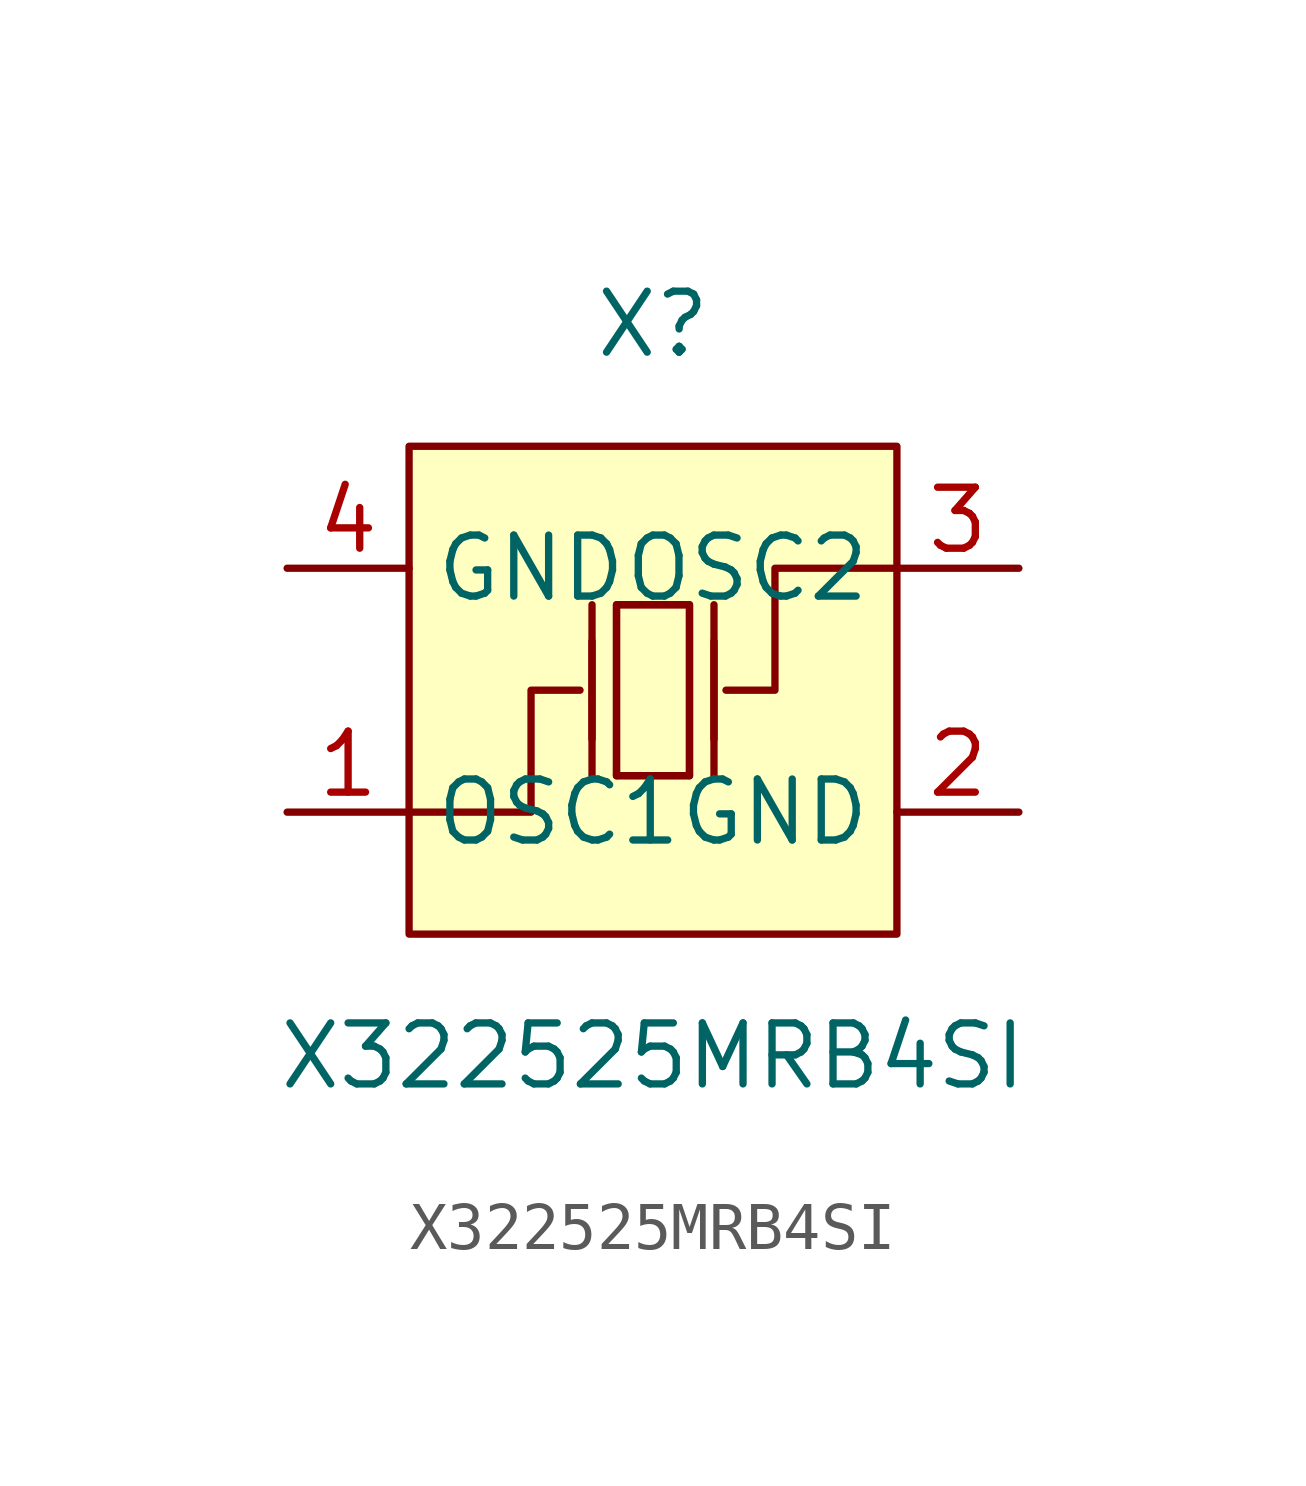
<source format=kicad_sym>
(kicad_symbol_lib
  (version 20211014)
  (generator https://github.com/uPesy/easyeda2kicad.py)
  (symbol "X322525MRB4SI"
    (property "Reference" "X"
      (at 0 7.62 0)
      (effects (font (size 1.27 1.27))))
    (property "Value" "X322525MRB4SI"
      (at 0 -7.62 0)
      (effects (font (size 1.27 1.27))))
    (symbol "X322525MRB4SI_0_1"
      (rectangle (start -5.08 5.08) (end 5.08 -5.08) (stroke (width 0) (type default) (color 0 0 0 0)) (fill (type background)))
      (polyline (pts (xy -1.27 -1.02) (xy -1.27 1.02)) (stroke (width 0) (type default) (color 0 0 0 0)) (fill (type none)))
      (polyline (pts (xy 0.76 -1.78) (xy -0.76 -1.78)) (stroke (width 0) (type default) (color 0 0 0 0)) (fill (type none)))
      (polyline (pts (xy 1.27 -1.02) (xy 1.27 1.02)) (stroke (width 0) (type default) (color 0 0 0 0)) (fill (type none)))
      (polyline (pts (xy -0.76 -1.78) (xy -0.76 1.78) (xy 0.76 1.78) (xy 0.76 -1.78)) (stroke (width 0) (type default) (color 0 0 0 0)) (fill (type none)))
      (polyline (pts (xy 5.08 2.54) (xy 2.54 2.54) (xy 2.54 -0.00) (xy 1.52 -0.00)) (stroke (width 0) (type default) (color 0 0 0 0)) (fill (type none)))
      (polyline (pts (xy -5.08 -2.54) (xy -2.54 -2.54) (xy -2.54 -0.00) (xy -1.52 -0.00)) (stroke (width 0) (type default) (color 0 0 0 0)) (fill (type none)))
      (polyline (pts (xy 1.27 -1.78) (xy 1.27 1.78)) (stroke (width 0) (type default) (color 0 0 0 0)) (fill (type none)))
      (polyline (pts (xy -1.27 -1.78) (xy -1.27 1.78)) (stroke (width 0) (type default) (color 0 0 0 0)) (fill (type none)))
      (polyline (pts (xy 0.76 1.78) (xy 0.76 -1.78) (xy -0.76 -1.78) (xy -0.76 1.78) (xy 0.76 1.78)) (stroke (width 0) (type default) (color 0 0 0 0)) (fill (type background)))
      (pin unspecified line (at -7.62 2.54 0) (length 2.54) (name "GND" (effects (font (size 1.27 1.27)))) (number "4" (effects (font (size 1.27 1.27)))))
      (pin unspecified line (at 7.62 -2.54 180) (length 2.54) (name "GND" (effects (font (size 1.27 1.27)))) (number "2" (effects (font (size 1.27 1.27)))))
      (pin unspecified line (at -7.62 -2.54 0) (length 2.54) (name "OSC1" (effects (font (size 1.27 1.27)))) (number "1" (effects (font (size 1.27 1.27)))))
      (pin unspecified line (at 7.62 2.54 180) (length 2.54) (name "OSC2" (effects (font (size 1.27 1.27)))) (number "3" (effects (font (size 1.27 1.27))))))))
</source>
